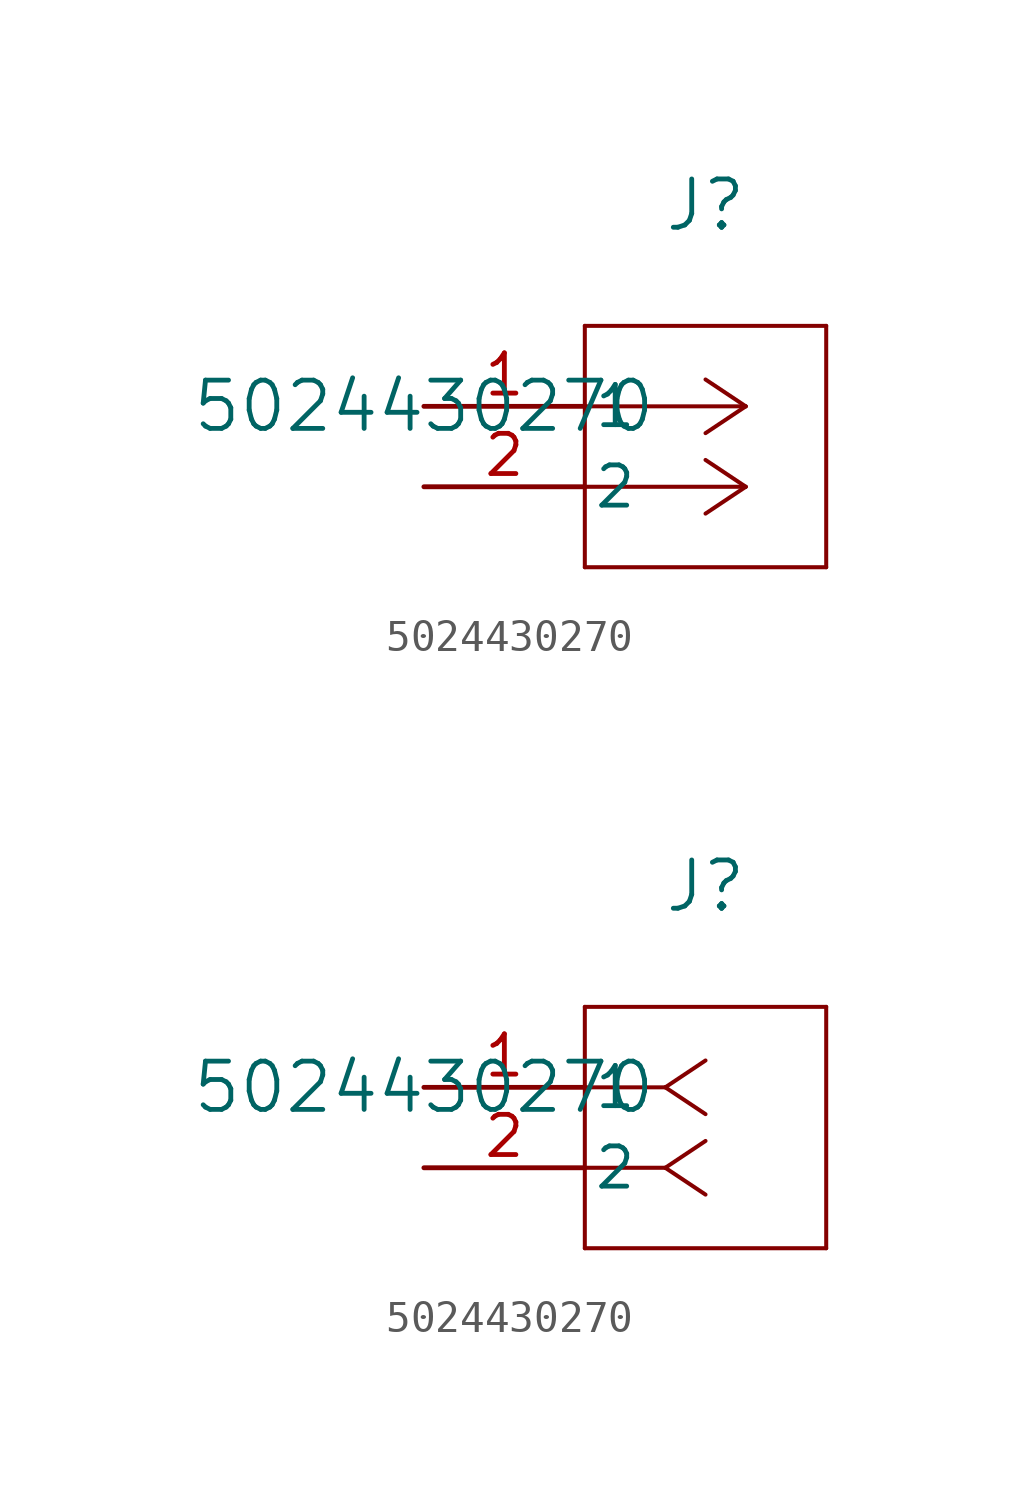
<source format=kicad_sym>
(kicad_symbol_lib
  (version 20211014)
  (generator kicad_symbol_editor)
  (symbol "5024430270"
    (pin_names
      (offset 0.254))
    (property "Reference" "J"
      (at 8.89 6.35 0)
      (effects (font (size 1.524 1.524))))
    (property "Value" "5024430270"
      (at 0 0 0)
      (effects (font (size 1.524 1.524))))
    (symbol "5024430270_1_1"
      (polyline (pts (xy 10.16 0) (xy 5.08 0)) (stroke (width 0.127) (type default) (color 0 0 0 0)) (fill (type none)))
      (polyline (pts (xy 10.16 -2.54) (xy 5.08 -2.54)) (stroke (width 0.127) (type default) (color 0 0 0 0)) (fill (type none)))
      (polyline (pts (xy 10.16 0) (xy 8.89 0.847)) (stroke (width 0.127) (type default) (color 0 0 0 0)) (fill (type none)))
      (polyline (pts (xy 10.16 -2.54) (xy 8.89 -1.693)) (stroke (width 0.127) (type default) (color 0 0 0 0)) (fill (type none)))
      (polyline (pts (xy 10.16 0) (xy 8.89 -0.847)) (stroke (width 0.127) (type default) (color 0 0 0 0)) (fill (type none)))
      (polyline (pts (xy 10.16 -2.54) (xy 8.89 -3.387)) (stroke (width 0.127) (type default) (color 0 0 0 0)) (fill (type none)))
      (polyline (pts (xy 5.08 2.54) (xy 5.08 -5.08)) (stroke (width 0.127) (type default) (color 0 0 0 0)) (fill (type none)))
      (polyline (pts (xy 5.08 -5.08) (xy 12.7 -5.08)) (stroke (width 0.127) (type default) (color 0 0 0 0)) (fill (type none)))
      (polyline (pts (xy 12.7 -5.08) (xy 12.7 2.54)) (stroke (width 0.127) (type default) (color 0 0 0 0)) (fill (type none)))
      (polyline (pts (xy 12.7 2.54) (xy 5.08 2.54)) (stroke (width 0.127) (type default) (color 0 0 0 0)) (fill (type none)))
      (pin unspecified line (at 0 0 0) (length 5.08) (name "1" (effects (font (size 1.27 1.27)))) (number "1" (effects (font (size 1.27 1.27)))))
      (pin unspecified line (at 0 -2.54 0) (length 5.08) (name "2" (effects (font (size 1.27 1.27)))) (number "2" (effects (font (size 1.27 1.27))))))
    (symbol "5024430270_1_2"
      (polyline (pts (xy 7.62 0) (xy 5.08 0)) (stroke (width 0.127) (type default) (color 0 0 0 0)) (fill (type none)))
      (polyline (pts (xy 7.62 -2.54) (xy 5.08 -2.54)) (stroke (width 0.127) (type default) (color 0 0 0 0)) (fill (type none)))
      (polyline (pts (xy 7.62 0) (xy 8.89 0.847)) (stroke (width 0.127) (type default) (color 0 0 0 0)) (fill (type none)))
      (polyline (pts (xy 7.62 -2.54) (xy 8.89 -1.693)) (stroke (width 0.127) (type default) (color 0 0 0 0)) (fill (type none)))
      (polyline (pts (xy 7.62 0) (xy 8.89 -0.847)) (stroke (width 0.127) (type default) (color 0 0 0 0)) (fill (type none)))
      (polyline (pts (xy 7.62 -2.54) (xy 8.89 -3.387)) (stroke (width 0.127) (type default) (color 0 0 0 0)) (fill (type none)))
      (polyline (pts (xy 5.08 2.54) (xy 5.08 -5.08)) (stroke (width 0.127) (type default) (color 0 0 0 0)) (fill (type none)))
      (polyline (pts (xy 5.08 -5.08) (xy 12.7 -5.08)) (stroke (width 0.127) (type default) (color 0 0 0 0)) (fill (type none)))
      (polyline (pts (xy 12.7 -5.08) (xy 12.7 2.54)) (stroke (width 0.127) (type default) (color 0 0 0 0)) (fill (type none)))
      (polyline (pts (xy 12.7 2.54) (xy 5.08 2.54)) (stroke (width 0.127) (type default) (color 0 0 0 0)) (fill (type none)))
      (pin unspecified line (at 0 0 0) (length 5.08) (name "1" (effects (font (size 1.27 1.27)))) (number "1" (effects (font (size 1.27 1.27)))))
      (pin unspecified line (at 0 -2.54 0) (length 5.08) (name "2" (effects (font (size 1.27 1.27)))) (number "2" (effects (font (size 1.27 1.27))))))))
</source>
